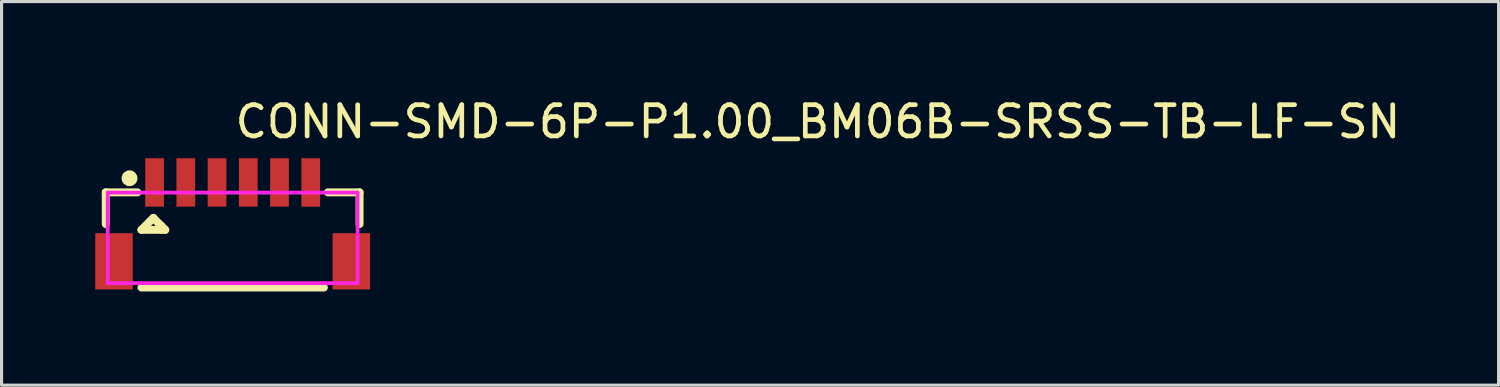
<source format=kicad_pcb>
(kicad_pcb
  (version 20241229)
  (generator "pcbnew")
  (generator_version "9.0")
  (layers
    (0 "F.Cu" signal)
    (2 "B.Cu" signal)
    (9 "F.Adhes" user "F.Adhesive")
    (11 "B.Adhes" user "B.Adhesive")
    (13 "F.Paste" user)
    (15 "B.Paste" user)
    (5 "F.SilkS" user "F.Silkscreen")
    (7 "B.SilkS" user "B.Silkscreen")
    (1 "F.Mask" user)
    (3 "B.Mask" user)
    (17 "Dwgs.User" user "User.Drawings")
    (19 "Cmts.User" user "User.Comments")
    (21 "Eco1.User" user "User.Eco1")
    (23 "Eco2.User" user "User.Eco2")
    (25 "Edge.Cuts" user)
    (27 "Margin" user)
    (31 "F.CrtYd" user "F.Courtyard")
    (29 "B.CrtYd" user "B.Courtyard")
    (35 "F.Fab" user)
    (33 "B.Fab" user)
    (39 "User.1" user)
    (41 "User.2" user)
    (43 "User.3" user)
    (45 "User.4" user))
  (footprint "CONN-SMD-6P-P1.00_BM06B-SRSS-TB-LF-SN"
    (layer "F.Cu")
    (at 4.4 4.055)
    (property "Reference" "CONN-SMD-6P-P1.00_BM06B-SRSS-TB-LF-SN" (at 0 -3.207 0) (layer "F.SilkS") (effects (font (size 1 1) (thickness 0.15)) (justify left)))
    (attr through_hole)
    (fp_line (start -4.064 -0.946) (end -3.048 -0.946) (stroke (width 0.254) (type solid)) (layer "F.SilkS"))
    (fp_line (start -4.064 0.07) (end -4.064 -0.946) (stroke (width 0.254) (type solid)) (layer "F.SilkS"))
    (fp_line (start -2.921 0.254) (end -2.286 0.254) (stroke (width 0.254) (type solid)) (layer "F.SilkS"))
    (fp_line (start -2.921 2.102) (end 2.921 2.102) (stroke (width 0.254) (type solid)) (layer "F.SilkS"))
    (fp_line (start -2.54 -0.127) (end -2.921 0.254) (stroke (width 0.254) (type solid)) (layer "F.SilkS"))
    (fp_line (start -2.286 0.127) (end -2.54 -0.127) (stroke (width 0.254) (type solid)) (layer "F.SilkS"))
    (fp_line (start -2.286 0.254) (end -2.159 0.254) (stroke (width 0.254) (type solid)) (layer "F.SilkS"))
    (fp_line (start -2.159 0.254) (end -2.286 0.127) (stroke (width 0.254) (type solid)) (layer "F.SilkS"))
    (fp_line (start 3.048 -0.946) (end 4.064 -0.946) (stroke (width 0.254) (type solid)) (layer "F.SilkS"))
    (fp_line (start 4.064 -0.946) (end 4.064 0.07) (stroke (width 0.254) (type solid)) (layer "F.SilkS"))
    (fp_circle (center -3.302 -1.397) (end -3.175 -1.397) (stroke (width 0.254) (type solid)) (fill no) (layer "F.SilkS"))
    (fp_circle (center -4 -1.613) (end -3.97 -1.613) (stroke (width 0.06) (type solid)) (fill no) (layer "Eco2.User"))
    (fp_poly (pts (xy -4 0.462) (xy -3.6 0.462) (xy -3.6 1.962) (xy -4 1.962)) (stroke (width 0.12) (type solid)) (fill no) (layer "Eco2.User"))
    (fp_poly (pts (xy -2.65 -1.613) (xy -2.35 -1.613) (xy -2.35 -0.913) (xy -2.65 -0.913)) (stroke (width 0.12) (type solid)) (fill no) (layer "Eco2.User"))
    (fp_poly (pts (xy -1.65 -1.613) (xy -1.35 -1.613) (xy -1.35 -0.913) (xy -1.65 -0.913)) (stroke (width 0.12) (type solid)) (fill no) (layer "Eco2.User"))
    (fp_poly (pts (xy -0.65 -1.613) (xy -0.35 -1.613) (xy -0.35 -0.913) (xy -0.65 -0.913)) (stroke (width 0.12) (type solid)) (fill no) (layer "Eco2.User"))
    (fp_poly (pts (xy 0.35 -1.613) (xy 0.65 -1.613) (xy 0.65 -0.913) (xy 0.35 -0.913)) (stroke (width 0.12) (type solid)) (fill no) (layer "Eco2.User"))
    (fp_poly (pts (xy 1.35 -1.613) (xy 1.65 -1.613) (xy 1.65 -0.913) (xy 1.35 -0.913)) (stroke (width 0.12) (type solid)) (fill no) (layer "Eco2.User"))
    (fp_poly (pts (xy 2.35 -1.612) (xy 2.65 -1.612) (xy 2.65 -0.912) (xy 2.35 -0.912)) (stroke (width 0.12) (type solid)) (fill no) (layer "Eco2.User"))
    (fp_poly (pts (xy 3.6 0.462) (xy 4 0.462) (xy 4 1.962) (xy 3.6 1.962)) (stroke (width 0.12) (type solid)) (fill no) (layer "Eco2.User"))
    (fp_line (start -4 -0.938) (end 4 -0.938) (stroke (width 0.12) (type solid)) (layer "F.CrtYd"))
    (fp_line (start -4 1.962) (end -4 -0.938) (stroke (width 0.12) (type solid)) (layer "F.CrtYd"))
    (fp_line (start 4 -0.938) (end 4 1.962) (stroke (width 0.12) (type solid)) (layer "F.CrtYd"))
    (fp_line (start 4 1.962) (end -4 1.962) (stroke (width 0.12) (type solid)) (layer "F.CrtYd"))
    (pad "1" smd rect (at -2.5 -1.263) (size 0.6 1.55) (layers "F.Cu" "F.Mask" "F.Paste"))
    (pad "2" smd rect (at -1.5 -1.263) (size 0.6 1.55) (layers "F.Cu" "F.Mask" "F.Paste"))
    (pad "3" smd rect (at -0.5 -1.263) (size 0.6 1.55) (layers "F.Cu" "F.Mask" "F.Paste"))
    (pad "4" smd rect (at 0.5 -1.263) (size 0.6 1.55) (layers "F.Cu" "F.Mask" "F.Paste"))
    (pad "5" smd rect (at 1.5 -1.263) (size 0.6 1.55) (layers "F.Cu" "F.Mask" "F.Paste"))
    (pad "6" smd rect (at 2.5 -1.262) (size 0.6 1.55) (layers "F.Cu" "F.Mask" "F.Paste"))
    (pad "7" smd rect (at 3.8 1.263) (size 1.2 1.8) (layers "F.Cu" "F.Mask" "F.Paste"))
    (pad "8" smd rect (at -3.8 1.263) (size 1.2 1.8) (layers "F.Cu" "F.Mask" "F.Paste")))
  (gr_rect
    (start -3 -3)
    (end 44.936 9.284)
    (stroke (width 0.1) (type default))
    (fill no)
    (layer "Edge.Cuts")))
</source>
